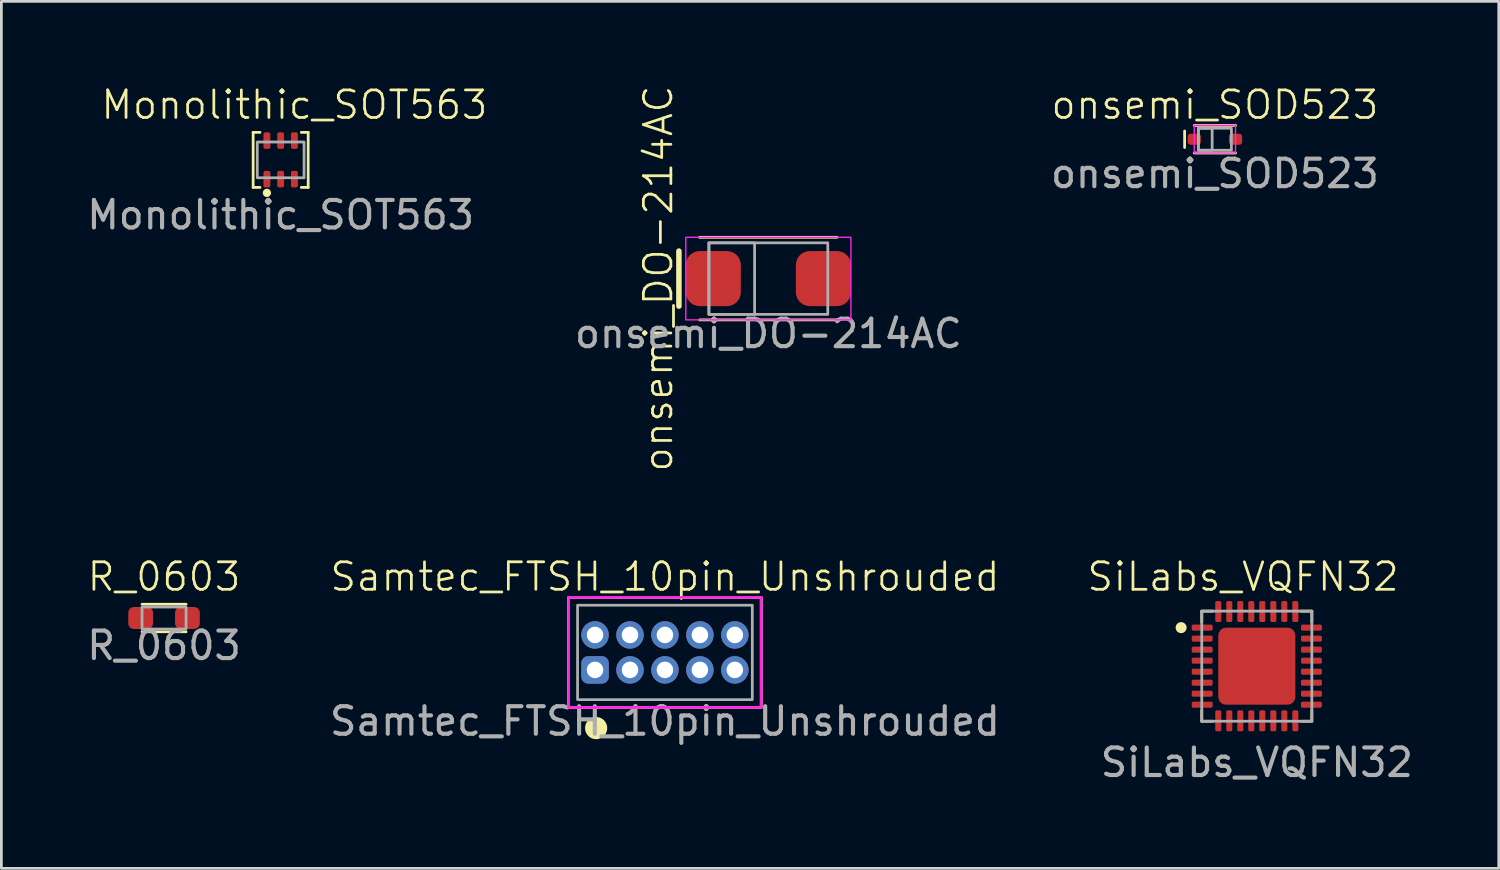
<source format=kicad_pcb>
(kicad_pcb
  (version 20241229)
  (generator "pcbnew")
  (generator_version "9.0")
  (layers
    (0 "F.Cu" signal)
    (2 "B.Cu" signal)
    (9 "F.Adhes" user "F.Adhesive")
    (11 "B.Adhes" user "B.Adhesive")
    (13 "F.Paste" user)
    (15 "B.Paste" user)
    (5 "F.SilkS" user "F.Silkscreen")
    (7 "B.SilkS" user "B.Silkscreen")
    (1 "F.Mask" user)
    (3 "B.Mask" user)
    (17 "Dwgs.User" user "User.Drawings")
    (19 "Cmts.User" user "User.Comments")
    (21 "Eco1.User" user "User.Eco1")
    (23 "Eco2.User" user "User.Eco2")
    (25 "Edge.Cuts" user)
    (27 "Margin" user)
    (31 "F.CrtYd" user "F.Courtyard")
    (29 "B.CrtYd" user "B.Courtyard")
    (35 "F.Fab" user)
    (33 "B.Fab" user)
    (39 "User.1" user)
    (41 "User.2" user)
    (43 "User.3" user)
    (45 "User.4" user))
  (footprint "Monolithic_SOT563"
    (layer "F.Cu")
    (at 7.149 2.76)
    (property "Reference" "Monolithic_SOT563" (at 0.5 -2 0) (unlocked yes) (layer "F.SilkS") (effects (font (size 1 1) (thickness 0.1))))
    (attr smd)
    (fp_line (start -1 -1) (end -1 1) (stroke (width 0.1) (type default)) (layer "F.SilkS"))
    (fp_line (start -1 -1) (end -0.75 -1) (stroke (width 0.1) (type default)) (layer "F.SilkS"))
    (fp_line (start -1 1) (end -0.75 1) (stroke (width 0.1) (type default)) (layer "F.SilkS"))
    (fp_line (start 1 -1) (end 0.75 -1) (stroke (width 0.1) (type default)) (layer "F.SilkS"))
    (fp_line (start 1 -1) (end 1 1) (stroke (width 0.1) (type default)) (layer "F.SilkS"))
    (fp_line (start 1 1) (end 0.75 1) (stroke (width 0.1) (type default)) (layer "F.SilkS"))
    (fp_circle (center -0.5 1.2) (end -0.4 1.2) (stroke (width 0.1) (type default)) (fill yes) (layer "F.SilkS"))
    (fp_rect (start -0.85 -0.65) (end 0.85 0.65) (stroke (width 0.1) (type default)) (fill no) (layer "F.Fab"))
    (fp_text user "${REFERENCE}" (at 0 2 0) (unlocked yes) (layer "F.Fab") (effects (font (size 1 1) (thickness 0.15))))
    (pad "1" smd roundrect (at -0.5 0.7) (size 0.25 0.6) (layers "F.Cu" "F.Mask" "F.Paste") (roundrect_rratio 0.25))
    (pad "2" smd roundrect (at 0 0.7) (size 0.25 0.6) (layers "F.Cu" "F.Mask" "F.Paste") (roundrect_rratio 0.25))
    (pad "3" smd roundrect (at 0.5 0.7) (size 0.25 0.6) (layers "F.Cu" "F.Mask" "F.Paste") (roundrect_rratio 0.25))
    (pad "4" smd roundrect (at 0.5 -0.7) (size 0.25 0.6) (layers "F.Cu" "F.Mask" "F.Paste") (roundrect_rratio 0.25))
    (pad "5" smd roundrect (at 0 -0.7) (size 0.25 0.6) (layers "F.Cu" "F.Mask" "F.Paste") (roundrect_rratio 0.25))
    (pad "6" smd roundrect (at -0.5 -0.7) (size 0.25 0.6) (layers "F.Cu" "F.Mask" "F.Paste") (roundrect_rratio 0.25)))
  (footprint "R_0603"
    (layer "F.Cu")
    (at 2.911 19.408)
    (property "Reference" "R_0603" (at 0 -1.5 0) (unlocked yes) (layer "F.SilkS") (effects (font (size 1 1) (thickness 0.1))))
    (attr smd)
    (fp_line (start -0.8 -0.5) (end 0.8 -0.5) (stroke (width 0.1) (type default)) (layer "F.SilkS"))
    (fp_line (start -0.8 0.5) (end 0.8 0.5) (stroke (width 0.1) (type default)) (layer "F.SilkS"))
    (fp_rect (start -1 -0.5) (end 1 0.5) (stroke (width 0.1) (type default)) (fill no) (layer "Margin"))
    (fp_rect (start -0.8 -0.4) (end 0.8 0.4) (stroke (width 0.1) (type default)) (fill no) (layer "F.Fab"))
    (fp_text user "${REFERENCE}" (at 0 1 0) (unlocked yes) (layer "F.Fab") (effects (font (size 1 1) (thickness 0.15))))
    (pad "1" smd roundrect (at -0.85 0) (size 0.9 0.8) (layers "F.Cu" "F.Mask" "F.Paste") (roundrect_rratio 0.25))
    (pad "2" smd roundrect (at 0.85 0) (size 0.9 0.8) (layers "F.Cu" "F.Mask" "F.Paste") (roundrect_rratio 0.25)))
  (footprint "SiLabs_VQFN32"
    (layer "F.Cu")
    (at 42.621 21.158)
    (property "Reference" "SiLabs_VQFN32" (at -0.5 -3.25 0) (unlocked yes) (layer "F.SilkS") (effects (font (size 1 1) (thickness 0.1))))
    (attr smd)
    (fp_line (start -2 -2) (end -2 -1.6) (stroke (width 0.1) (type default)) (layer "F.SilkS"))
    (fp_line (start -2 2) (end -2 1.6) (stroke (width 0.1) (type default)) (layer "F.SilkS"))
    (fp_line (start -1.6 -2) (end -2 -2) (stroke (width 0.1) (type default)) (layer "F.SilkS"))
    (fp_line (start -1.6 2) (end -2 2) (stroke (width 0.1) (type default)) (layer "F.SilkS"))
    (fp_line (start 1.6 -2) (end 2 -2) (stroke (width 0.1) (type default)) (layer "F.SilkS"))
    (fp_line (start 1.6 2) (end 2 2) (stroke (width 0.1) (type default)) (layer "F.SilkS"))
    (fp_line (start 2 -2) (end 2 -1.6) (stroke (width 0.1) (type default)) (layer "F.SilkS"))
    (fp_line (start 2 2) (end 2 1.6) (stroke (width 0.1) (type default)) (layer "F.SilkS"))
    (fp_circle (center -2.75 -1.4) (end -2.6 -1.4) (stroke (width 0.1) (type default)) (fill yes) (layer "F.SilkS"))
    (fp_rect (start -2.5 -2.5) (end 2.5 2.5) (stroke (width 0.1) (type default)) (fill no) (layer "Margin"))
    (fp_rect (start -2 -2) (end 2 2) (stroke (width 0.1) (type default)) (fill no) (layer "F.Fab"))
    (fp_text user "${REFERENCE}" (at 0 3.5 0) (unlocked yes) (layer "F.Fab") (effects (font (size 1 1) (thickness 0.15))))
    (pad "" smd roundrect (at -0.7 -0.7) (size 1.1 1.1) (layers "F.Cu" "F.Paste") (roundrect_rratio 0.1))
    (pad "" smd roundrect (at -0.7 0.7) (size 1.1 1.1) (layers "F.Cu" "F.Paste") (roundrect_rratio 0.1))
    (pad "" smd roundrect (at 0.7 -0.7) (size 1.1 1.1) (layers "F.Cu" "F.Paste") (roundrect_rratio 0.1))
    (pad "" smd roundrect (at 0.7 0.7) (size 1.1 1.1) (layers "F.Cu" "F.Paste") (roundrect_rratio 0.1))
    (pad "0" smd roundrect (at 0 0) (size 2.8 2.8) (layers "F.Cu" "F.Mask") (roundrect_rratio 0.1))
    (pad "1" smd roundrect (at -1.985 -1.4 90) (size 0.22 0.76) (layers "F.Cu" "F.Mask" "F.Paste") (roundrect_rratio 0.25))
    (pad "2" smd roundrect (at -1.985 -1 90) (size 0.22 0.76) (layers "F.Cu" "F.Mask" "F.Paste") (roundrect_rratio 0.25))
    (pad "3" smd roundrect (at -1.985 -0.6 90) (size 0.22 0.76) (layers "F.Cu" "F.Mask" "F.Paste") (roundrect_rratio 0.25))
    (pad "4" smd roundrect (at -1.985 -0.2 90) (size 0.22 0.76) (layers "F.Cu" "F.Mask" "F.Paste") (roundrect_rratio 0.25))
    (pad "5" smd roundrect (at -1.985 0.2 90) (size 0.22 0.76) (layers "F.Cu" "F.Mask" "F.Paste") (roundrect_rratio 0.25))
    (pad "6" smd roundrect (at -1.985 0.6 90) (size 0.22 0.76) (layers "F.Cu" "F.Mask" "F.Paste") (roundrect_rratio 0.25))
    (pad "7" smd roundrect (at -1.985 1 90) (size 0.22 0.76) (layers "F.Cu" "F.Mask" "F.Paste") (roundrect_rratio 0.25))
    (pad "8" smd roundrect (at -1.985 1.4 90) (size 0.22 0.76) (layers "F.Cu" "F.Mask" "F.Paste") (roundrect_rratio 0.25))
    (pad "9" smd roundrect (at -1.4 1.985 180) (size 0.22 0.76) (layers "F.Cu" "F.Mask" "F.Paste") (roundrect_rratio 0.25))
    (pad "10" smd roundrect (at -1 1.985 180) (size 0.22 0.76) (layers "F.Cu" "F.Mask" "F.Paste") (roundrect_rratio 0.25))
    (pad "11" smd roundrect (at -0.6 1.985 180) (size 0.22 0.76) (layers "F.Cu" "F.Mask" "F.Paste") (roundrect_rratio 0.25))
    (pad "12" smd roundrect (at -0.2 1.985 180) (size 0.22 0.76) (layers "F.Cu" "F.Mask" "F.Paste") (roundrect_rratio 0.25))
    (pad "13" smd roundrect (at 0.2 1.985 180) (size 0.22 0.76) (layers "F.Cu" "F.Mask" "F.Paste") (roundrect_rratio 0.25))
    (pad "14" smd roundrect (at 0.6 1.985 180) (size 0.22 0.76) (layers "F.Cu" "F.Mask" "F.Paste") (roundrect_rratio 0.25))
    (pad "15" smd roundrect (at 1 1.985 180) (size 0.22 0.76) (layers "F.Cu" "F.Mask" "F.Paste") (roundrect_rratio 0.25))
    (pad "16" smd roundrect (at 1.4 1.985 180) (size 0.22 0.76) (layers "F.Cu" "F.Mask" "F.Paste") (roundrect_rratio 0.25))
    (pad "17" smd roundrect (at 1.985 1.4 270) (size 0.22 0.76) (layers "F.Cu" "F.Mask" "F.Paste") (roundrect_rratio 0.25))
    (pad "18" smd roundrect (at 1.985 1 270) (size 0.22 0.76) (layers "F.Cu" "F.Mask" "F.Paste") (roundrect_rratio 0.25))
    (pad "19" smd roundrect (at 1.985 0.6 270) (size 0.22 0.76) (layers "F.Cu" "F.Mask" "F.Paste") (roundrect_rratio 0.25))
    (pad "20" smd roundrect (at 1.985 0.2 270) (size 0.22 0.76) (layers "F.Cu" "F.Mask" "F.Paste") (roundrect_rratio 0.25))
    (pad "21" smd roundrect (at 1.985 -0.2 270) (size 0.22 0.76) (layers "F.Cu" "F.Mask" "F.Paste") (roundrect_rratio 0.25))
    (pad "22" smd roundrect (at 1.985 -0.6 270) (size 0.22 0.76) (layers "F.Cu" "F.Mask" "F.Paste") (roundrect_rratio 0.25))
    (pad "23" smd roundrect (at 1.985 -1 270) (size 0.22 0.76) (layers "F.Cu" "F.Mask" "F.Paste") (roundrect_rratio 0.25))
    (pad "24" smd roundrect (at 1.985 -1.4 270) (size 0.22 0.76) (layers "F.Cu" "F.Mask" "F.Paste") (roundrect_rratio 0.25))
    (pad "25" smd roundrect (at 1.4 -1.985) (size 0.22 0.76) (layers "F.Cu" "F.Mask" "F.Paste") (roundrect_rratio 0.25))
    (pad "26" smd roundrect (at 1 -1.985) (size 0.22 0.76) (layers "F.Cu" "F.Mask" "F.Paste") (roundrect_rratio 0.25))
    (pad "27" smd roundrect (at 0.6 -1.985) (size 0.22 0.76) (layers "F.Cu" "F.Mask" "F.Paste") (roundrect_rratio 0.25))
    (pad "28" smd roundrect (at 0.2 -1.985) (size 0.22 0.76) (layers "F.Cu" "F.Mask" "F.Paste") (roundrect_rratio 0.25))
    (pad "29" smd roundrect (at -0.2 -1.985) (size 0.22 0.76) (layers "F.Cu" "F.Mask" "F.Paste") (roundrect_rratio 0.25))
    (pad "30" smd roundrect (at -0.6 -1.985) (size 0.22 0.76) (layers "F.Cu" "F.Mask" "F.Paste") (roundrect_rratio 0.25))
    (pad "31" smd roundrect (at -1 -1.985) (size 0.22 0.76) (layers "F.Cu" "F.Mask" "F.Paste") (roundrect_rratio 0.25))
    (pad "32" smd roundrect (at -1.4 -1.985) (size 0.22 0.76) (layers "F.Cu" "F.Mask" "F.Paste") (roundrect_rratio 0.25)))
  (footprint "onsemi_DO-214AC"
    (layer "F.Cu")
    (at 24.871 7.074)
    (property "Reference" "onsemi_DO-214AC" (at -4 0 90) (unlocked yes) (layer "F.SilkS") (effects (font (size 1 1) (thickness 0.1))))
    (attr smd)
    (fp_line (start -3.25 -1) (end -3.25 1) (stroke (width 0.2) (type default)) (layer "F.SilkS"))
    (fp_line (start -2.5 -1.5) (end 2.5 -1.5) (stroke (width 0.1) (type default)) (layer "F.SilkS"))
    (fp_line (start 2.5 1.5) (end -2.5 1.5) (stroke (width 0.1) (type default)) (layer "F.SilkS"))
    (fp_rect (start -3 -1.5) (end 3 1.5) (stroke (width 0.05) (type default)) (fill no) (layer "F.CrtYd"))
    (fp_rect (start -2.16 -1.3) (end -0.5 1.3) (stroke (width 0.1) (type default)) (fill no) (layer "F.Fab"))
    (fp_rect (start -2.16 -1.3) (end 2.16 1.3) (stroke (width 0.1) (type default)) (fill no) (layer "F.Fab"))
    (fp_text user "${REFERENCE}" (at 0 2 0) (unlocked yes) (layer "F.Fab") (effects (font (size 1 1) (thickness 0.15))))
    (pad "1" smd roundrect (at -2 0) (size 2 2) (layers "F.Cu" "F.Mask" "F.Paste") (roundrect_rratio 0.25))
    (pad "2" smd roundrect (at 2 0) (size 2 2) (layers "F.Cu" "F.Mask" "F.Paste") (roundrect_rratio 0.25)))
  (footprint "onsemi_SOD523"
    (layer "F.Cu")
    (at 41.098 2.01)
    (property "Reference" "onsemi_SOD523" (at 0 -1.25 0) (unlocked yes) (layer "F.SilkS") (effects (font (size 1 1) (thickness 0.1))))
    (attr smd)
    (fp_line (start -1.1 -0.3) (end -1.1 0.3) (stroke (width 0.1) (type default)) (layer "F.SilkS"))
    (fp_line (start -0.75 -0.5) (end 0.75 -0.5) (stroke (width 0.1) (type default)) (layer "F.SilkS"))
    (fp_line (start 0.75 0.5) (end -0.75 0.5) (stroke (width 0.1) (type default)) (layer "F.SilkS"))
    (fp_rect (start -0.75 -0.5) (end 0.75 0.5) (stroke (width 0.05) (type default)) (fill no) (layer "F.CrtYd"))
    (fp_rect (start -0.6 -0.4) (end -0.1 0.4) (stroke (width 0.1) (type default)) (fill no) (layer "F.Fab"))
    (fp_rect (start -0.6 -0.4) (end 0.6 0.4) (stroke (width 0.1) (type default)) (fill no) (layer "F.Fab"))
    (fp_text user "${REFERENCE}" (at 0 1.25 0) (unlocked yes) (layer "F.Fab") (effects (font (size 1 1) (thickness 0.15))))
    (pad "1" smd roundrect (at -0.75 0) (size 0.48 0.4) (layers "F.Cu" "F.Mask" "F.Paste") (roundrect_rratio 0.25))
    (pad "2" smd roundrect (at 0.75 0) (size 0.48 0.4) (layers "F.Cu" "F.Mask" "F.Paste") (roundrect_rratio 0.25)))
  (footprint "Samtec_FTSH_10pin_Unshrouded"
    (layer "F.Cu")
    (at 21.113 20.658)
    (property "Reference" "Samtec_FTSH_10pin_Unshrouded" (at 0 -2.75 0) (unlocked yes) (layer "F.SilkS") (effects (font (size 1 1) (thickness 0.1))))
    (attr through_hole)
    (fp_rect (start -3.5 -2) (end 3.5 2) (stroke (width 0.1) (type default)) (fill no) (layer "F.SilkS"))
    (fp_circle (center -2.5 2.75) (end -2.25 2.5) (stroke (width 0.1) (type default)) (fill yes) (layer "F.SilkS"))
    (fp_rect (start -3.5 -2) (end 3.5 2) (stroke (width 0.1) (type default)) (fill no) (layer "F.CrtYd"))
    (fp_rect (start -3.175 -1.715) (end 3.175 1.715) (stroke (width 0.1) (type default)) (fill no) (layer "F.Fab"))
    (fp_text user "${REFERENCE}" (at 0 2.5 0) (unlocked yes) (layer "F.Fab") (effects (font (size 1 1) (thickness 0.15))))
    (pad "1" thru_hole roundrect (at -2.54 0.635) (size 1 1) (drill 0.6) (layers "*.Cu" "*.Mask") (roundrect_rratio 0.25))
    (pad "2" thru_hole circle (at -2.54 -0.635) (size 1 1) (drill 0.6) (layers "*.Cu" "*.Mask"))
    (pad "3" thru_hole circle (at -1.27 0.635) (size 1 1) (drill 0.6) (layers "*.Cu" "*.Mask"))
    (pad "4" thru_hole circle (at -1.27 -0.635) (size 1 1) (drill 0.6) (layers "*.Cu" "*.Mask"))
    (pad "5" thru_hole circle (at 0 0.635) (size 1 1) (drill 0.6) (layers "*.Cu" "*.Mask"))
    (pad "6" thru_hole circle (at 0 -0.635) (size 1 1) (drill 0.6) (layers "*.Cu" "*.Mask"))
    (pad "7" thru_hole circle (at 1.27 0.635) (size 1 1) (drill 0.6) (layers "*.Cu" "*.Mask"))
    (pad "8" thru_hole circle (at 1.27 -0.635) (size 1 1) (drill 0.6) (layers "*.Cu" "*.Mask"))
    (pad "9" thru_hole circle (at 2.54 0.635) (size 1 1) (drill 0.6) (layers "*.Cu" "*.Mask"))
    (pad "10" thru_hole circle (at 2.54 -0.635) (size 1 1) (drill 0.6) (layers "*.Cu" "*.Mask")))
  (gr_rect
    (start -3 -3)
    (end 51.413 28.506)
    (stroke (width 0.1) (type default))
    (fill no)
    (layer "Edge.Cuts")))
</source>
